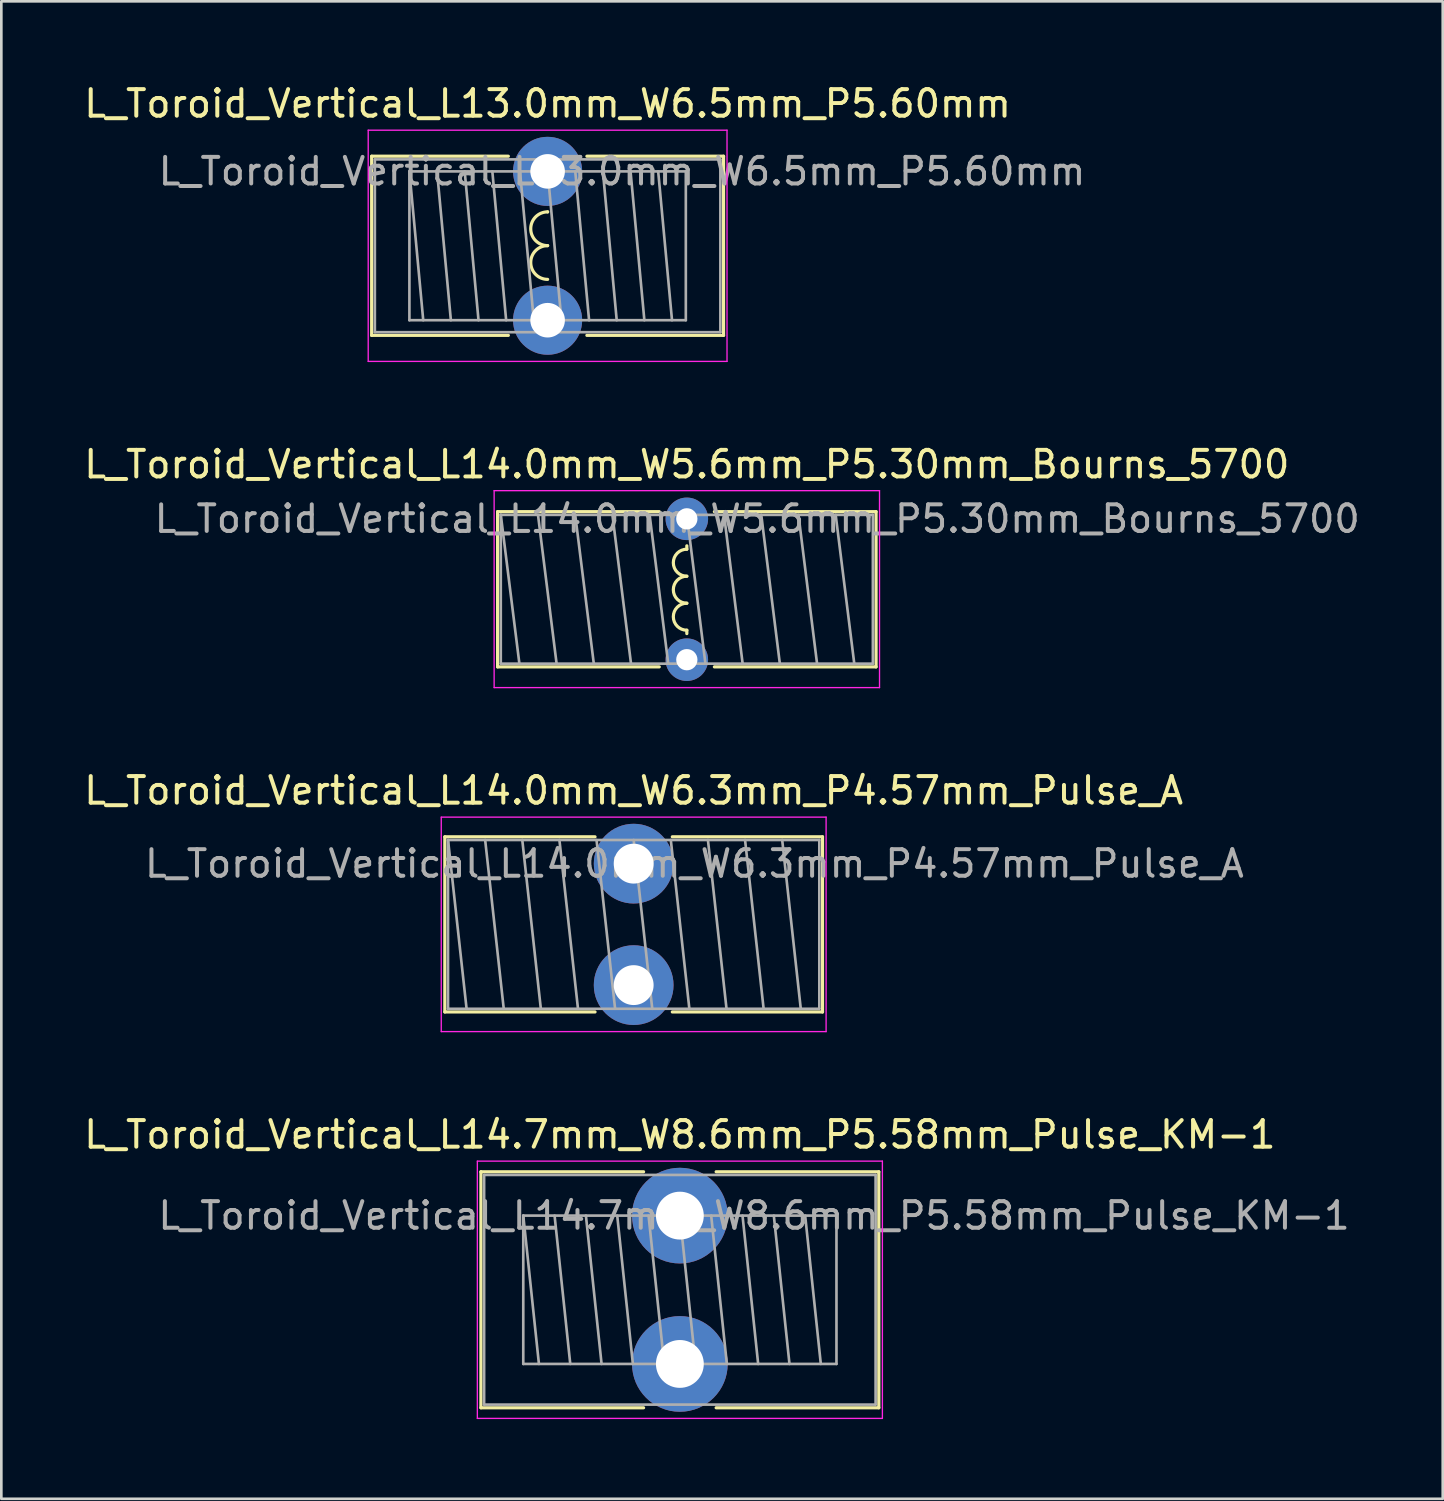
<source format=kicad_pcb>
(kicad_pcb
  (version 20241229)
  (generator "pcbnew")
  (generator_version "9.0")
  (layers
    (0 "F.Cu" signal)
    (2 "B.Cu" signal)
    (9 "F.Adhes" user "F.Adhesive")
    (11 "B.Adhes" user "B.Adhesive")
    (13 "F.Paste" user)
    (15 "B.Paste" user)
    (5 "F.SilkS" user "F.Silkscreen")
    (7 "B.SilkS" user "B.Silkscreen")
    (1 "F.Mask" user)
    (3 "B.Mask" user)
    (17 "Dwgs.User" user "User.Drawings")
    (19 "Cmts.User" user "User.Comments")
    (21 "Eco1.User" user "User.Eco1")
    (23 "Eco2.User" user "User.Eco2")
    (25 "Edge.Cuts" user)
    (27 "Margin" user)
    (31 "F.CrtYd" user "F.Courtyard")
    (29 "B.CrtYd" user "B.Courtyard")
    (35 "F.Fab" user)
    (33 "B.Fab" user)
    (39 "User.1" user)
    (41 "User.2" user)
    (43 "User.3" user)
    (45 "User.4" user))
  (footprint "L_Toroid_Vertical_L13.0mm_W6.5mm_P5.60mm"
    (layer "F.Cu")
    (at 17.554 3.398)
    (property "Reference" "L_Toroid_Vertical_L13.0mm_W6.5mm_P5.60mm" (at 0 -2.55 0) (layer "F.SilkS") (effects (font (size 1 1) (thickness 0.15))))
    (attr through_hole)
    (fp_line (start -6.62 -0.57) (end -6.62 6.17) (stroke (width 0.12) (type solid)) (layer "F.SilkS"))
    (fp_line (start -6.62 -0.57) (end -1.478 -0.57) (stroke (width 0.12) (type solid)) (layer "F.SilkS"))
    (fp_line (start -6.62 6.17) (end -1.478 6.17) (stroke (width 0.12) (type solid)) (layer "F.SilkS"))
    (fp_line (start 0 1.524) (end 0 1.524) (stroke (width 0.12) (type solid)) (layer "F.SilkS"))
    (fp_line (start 1.478 -0.57) (end 6.62 -0.57) (stroke (width 0.12) (type solid)) (layer "F.SilkS"))
    (fp_line (start 1.478 6.17) (end 6.62 6.17) (stroke (width 0.12) (type solid)) (layer "F.SilkS"))
    (fp_line (start 6.62 -0.57) (end 6.62 6.17) (stroke (width 0.12) (type solid)) (layer "F.SilkS"))
    (fp_arc (start 0 2.794) (mid -0.635 2.159) (end 0 1.524) (stroke (width 0.12) (type solid)) (layer "F.SilkS"))
    (fp_arc (start 0 4.064) (mid -0.635 3.429) (end 0 2.794) (stroke (width 0.12) (type solid)) (layer "F.SilkS"))
    (fp_line (start -6.75 -1.55) (end -6.75 7.15) (stroke (width 0.05) (type solid)) (layer "F.CrtYd"))
    (fp_line (start -6.75 7.15) (end 6.75 7.15) (stroke (width 0.05) (type solid)) (layer "F.CrtYd"))
    (fp_line (start 6.75 -1.55) (end -6.75 -1.55) (stroke (width 0.05) (type solid)) (layer "F.CrtYd"))
    (fp_line (start 6.75 7.15) (end 6.75 -1.55) (stroke (width 0.05) (type solid)) (layer "F.CrtYd"))
    (fp_line (start -6.5 -0.45) (end -6.5 6.05) (stroke (width 0.1) (type solid)) (layer "F.Fab"))
    (fp_line (start -6.5 6.05) (end 6.5 6.05) (stroke (width 0.1) (type solid)) (layer "F.Fab"))
    (fp_line (start -5.2 0) (end -5.2 5.6) (stroke (width 0.1) (type solid)) (layer "F.Fab"))
    (fp_line (start -5.2 0) (end -4.68 5.6) (stroke (width 0.1) (type solid)) (layer "F.Fab"))
    (fp_line (start -5.2 5.6) (end 5.2 5.6) (stroke (width 0.1) (type solid)) (layer "F.Fab"))
    (fp_line (start -4.16 0) (end -3.64 5.6) (stroke (width 0.1) (type solid)) (layer "F.Fab"))
    (fp_line (start -3.12 0) (end -2.6 5.6) (stroke (width 0.1) (type solid)) (layer "F.Fab"))
    (fp_line (start -2.08 0) (end -1.56 5.6) (stroke (width 0.1) (type solid)) (layer "F.Fab"))
    (fp_line (start -1.04 0) (end -0.52 5.6) (stroke (width 0.1) (type solid)) (layer "F.Fab"))
    (fp_line (start 0 0) (end 0.52 5.6) (stroke (width 0.1) (type solid)) (layer "F.Fab"))
    (fp_line (start 1.04 0) (end 1.56 5.6) (stroke (width 0.1) (type solid)) (layer "F.Fab"))
    (fp_line (start 2.08 0) (end 2.6 5.6) (stroke (width 0.1) (type solid)) (layer "F.Fab"))
    (fp_line (start 3.12 0) (end 3.64 5.6) (stroke (width 0.1) (type solid)) (layer "F.Fab"))
    (fp_line (start 4.16 0) (end 4.68 5.6) (stroke (width 0.1) (type solid)) (layer "F.Fab"))
    (fp_line (start 5.2 0) (end -5.2 0) (stroke (width 0.1) (type solid)) (layer "F.Fab"))
    (fp_line (start 5.2 5.6) (end 5.2 0) (stroke (width 0.1) (type solid)) (layer "F.Fab"))
    (fp_line (start 6.5 -0.45) (end -6.5 -0.45) (stroke (width 0.1) (type solid)) (layer "F.Fab"))
    (fp_line (start 6.5 6.05) (end 6.5 -0.45) (stroke (width 0.1) (type solid)) (layer "F.Fab"))
    (fp_text user "${REFERENCE}" (at 2.8 0 0) (layer "F.Fab") (effects (font (size 1 1) (thickness 0.15))))
    (pad "1" thru_hole circle (at 0 0) (size 2.6 2.6) (drill 1.3) (layers "*.Cu" "*.Mask"))
    (pad "2" thru_hole circle (at 0 5.6) (size 2.6 2.6) (drill 1.3) (layers "*.Cu" "*.Mask")))
  (footprint "L_Toroid_Vertical_L14.7mm_W8.6mm_P5.58mm_Pulse_KM-1"
    (layer "F.Cu")
    (at 22.53 42.688)
    (property "Reference" "L_Toroid_Vertical_L14.7mm_W8.6mm_P5.58mm_Pulse_KM-1" (at 0 -3.05 0) (layer "F.SilkS") (effects (font (size 1 1) (thickness 0.15))))
    (attr through_hole)
    (fp_line (start -7.485 -1.65) (end -7.485 7.23) (stroke (width 0.12) (type solid)) (layer "F.SilkS"))
    (fp_line (start -7.485 -1.65) (end -1.365 -1.65) (stroke (width 0.12) (type solid)) (layer "F.SilkS"))
    (fp_line (start -7.485 7.23) (end -1.365 7.23) (stroke (width 0.12) (type solid)) (layer "F.SilkS"))
    (fp_line (start 1.365 -1.65) (end 7.485 -1.65) (stroke (width 0.12) (type solid)) (layer "F.SilkS"))
    (fp_line (start 1.365 7.23) (end 7.485 7.23) (stroke (width 0.12) (type solid)) (layer "F.SilkS"))
    (fp_line (start 7.485 -1.65) (end 7.485 7.23) (stroke (width 0.12) (type solid)) (layer "F.SilkS"))
    (fp_line (start -7.62 -2.05) (end -7.62 7.63) (stroke (width 0.05) (type solid)) (layer "F.CrtYd"))
    (fp_line (start -7.62 7.63) (end 7.62 7.63) (stroke (width 0.05) (type solid)) (layer "F.CrtYd"))
    (fp_line (start 7.62 -2.05) (end -7.62 -2.05) (stroke (width 0.05) (type solid)) (layer "F.CrtYd"))
    (fp_line (start 7.62 7.63) (end 7.62 -2.05) (stroke (width 0.05) (type solid)) (layer "F.CrtYd"))
    (fp_line (start -7.365 -1.53) (end -7.365 7.11) (stroke (width 0.1) (type solid)) (layer "F.Fab"))
    (fp_line (start -7.365 7.11) (end 7.365 7.11) (stroke (width 0.1) (type solid)) (layer "F.Fab"))
    (fp_line (start -5.892 0) (end -5.892 5.58) (stroke (width 0.1) (type solid)) (layer "F.Fab"))
    (fp_line (start -5.892 0) (end -5.303 5.58) (stroke (width 0.1) (type solid)) (layer "F.Fab"))
    (fp_line (start -5.892 5.58) (end 5.892 5.58) (stroke (width 0.1) (type solid)) (layer "F.Fab"))
    (fp_line (start -4.714 0) (end -4.124 5.58) (stroke (width 0.1) (type solid)) (layer "F.Fab"))
    (fp_line (start -3.535 0) (end -2.946 5.58) (stroke (width 0.1) (type solid)) (layer "F.Fab"))
    (fp_line (start -2.357 0) (end -1.768 5.58) (stroke (width 0.1) (type solid)) (layer "F.Fab"))
    (fp_line (start -1.178 0) (end -0.589 5.58) (stroke (width 0.1) (type solid)) (layer "F.Fab"))
    (fp_line (start 0 0) (end 0.589 5.58) (stroke (width 0.1) (type solid)) (layer "F.Fab"))
    (fp_line (start 1.178 0) (end 1.768 5.58) (stroke (width 0.1) (type solid)) (layer "F.Fab"))
    (fp_line (start 2.357 0) (end 2.946 5.58) (stroke (width 0.1) (type solid)) (layer "F.Fab"))
    (fp_line (start 3.535 0) (end 4.124 5.58) (stroke (width 0.1) (type solid)) (layer "F.Fab"))
    (fp_line (start 4.714 0) (end 5.303 5.58) (stroke (width 0.1) (type solid)) (layer "F.Fab"))
    (fp_line (start 5.892 0) (end -5.892 0) (stroke (width 0.1) (type solid)) (layer "F.Fab"))
    (fp_line (start 5.892 5.58) (end 5.892 0) (stroke (width 0.1) (type solid)) (layer "F.Fab"))
    (fp_line (start 7.365 -1.53) (end -7.365 -1.53) (stroke (width 0.1) (type solid)) (layer "F.Fab"))
    (fp_line (start 7.365 7.11) (end 7.365 -1.53) (stroke (width 0.1) (type solid)) (layer "F.Fab"))
    (fp_text user "${REFERENCE}" (at 2.79 0 0) (layer "F.Fab") (effects (font (size 1 1) (thickness 0.15))))
    (pad "1" thru_hole circle (at 0 0) (size 3.6 3.6) (drill 1.8) (layers "*.Cu" "*.Mask"))
    (pad "2" thru_hole circle (at 0 5.58) (size 3.6 3.6) (drill 1.8) (layers "*.Cu" "*.Mask")))
  (footprint "L_Toroid_Vertical_L14.0mm_W5.6mm_P5.30mm_Bourns_5700"
    (layer "F.Cu")
    (at 22.792 16.471)
    (property "Reference" "L_Toroid_Vertical_L14.0mm_W5.6mm_P5.30mm_Bourns_5700" (at 0 -2.05 0) (layer "F.SilkS") (effects (font (size 1 1) (thickness 0.15))))
    (attr through_hole)
    (fp_line (start -7.12 -0.27) (end -7.12 5.57) (stroke (width 0.12) (type solid)) (layer "F.SilkS"))
    (fp_line (start -7.12 -0.27) (end -1.037 -0.27) (stroke (width 0.12) (type solid)) (layer "F.SilkS"))
    (fp_line (start -7.12 5.57) (end -1.037 5.57) (stroke (width 0.12) (type solid)) (layer "F.SilkS"))
    (fp_line (start 0 1.143) (end 0 1.016) (stroke (width 0.12) (type solid)) (layer "F.SilkS"))
    (fp_line (start 0 4.191) (end 0 4.318) (stroke (width 0.12) (type solid)) (layer "F.SilkS"))
    (fp_line (start 1.037 -0.27) (end 7.12 -0.27) (stroke (width 0.12) (type solid)) (layer "F.SilkS"))
    (fp_line (start 1.037 5.57) (end 7.12 5.57) (stroke (width 0.12) (type solid)) (layer "F.SilkS"))
    (fp_line (start 7.12 -0.27) (end 7.12 5.57) (stroke (width 0.12) (type solid)) (layer "F.SilkS"))
    (fp_arc (start 0 2.159) (mid -0.508 1.651) (end 0 1.143) (stroke (width 0.12) (type solid)) (layer "F.SilkS"))
    (fp_arc (start 0 3.175) (mid -0.508 2.667) (end 0 2.159) (stroke (width 0.12) (type solid)) (layer "F.SilkS"))
    (fp_arc (start 0 4.191) (mid -0.508 3.683) (end 0 3.175) (stroke (width 0.12) (type solid)) (layer "F.SilkS"))
    (fp_line (start -7.25 -1.06) (end -7.25 6.35) (stroke (width 0.05) (type solid)) (layer "F.CrtYd"))
    (fp_line (start -7.25 6.35) (end 7.25 6.35) (stroke (width 0.05) (type solid)) (layer "F.CrtYd"))
    (fp_line (start 7.25 -1.06) (end -7.25 -1.06) (stroke (width 0.05) (type solid)) (layer "F.CrtYd"))
    (fp_line (start 7.25 6.35) (end 7.25 -1.06) (stroke (width 0.05) (type solid)) (layer "F.CrtYd"))
    (fp_line (start -7 -0.15) (end -7 5.45) (stroke (width 0.1) (type solid)) (layer "F.Fab"))
    (fp_line (start -7 -0.15) (end -6.3 5.45) (stroke (width 0.1) (type solid)) (layer "F.Fab"))
    (fp_line (start -7 5.45) (end 7 5.45) (stroke (width 0.1) (type solid)) (layer "F.Fab"))
    (fp_line (start -5.6 -0.15) (end -4.9 5.45) (stroke (width 0.1) (type solid)) (layer "F.Fab"))
    (fp_line (start -4.2 -0.15) (end -3.5 5.45) (stroke (width 0.1) (type solid)) (layer "F.Fab"))
    (fp_line (start -2.8 -0.15) (end -2.1 5.45) (stroke (width 0.1) (type solid)) (layer "F.Fab"))
    (fp_line (start -1.4 -0.15) (end -0.7 5.45) (stroke (width 0.1) (type solid)) (layer "F.Fab"))
    (fp_line (start 0 -0.15) (end 0.7 5.45) (stroke (width 0.1) (type solid)) (layer "F.Fab"))
    (fp_line (start 1.4 -0.15) (end 2.1 5.45) (stroke (width 0.1) (type solid)) (layer "F.Fab"))
    (fp_line (start 2.8 -0.15) (end 3.5 5.45) (stroke (width 0.1) (type solid)) (layer "F.Fab"))
    (fp_line (start 4.2 -0.15) (end 4.9 5.45) (stroke (width 0.1) (type solid)) (layer "F.Fab"))
    (fp_line (start 5.6 -0.15) (end 6.3 5.45) (stroke (width 0.1) (type solid)) (layer "F.Fab"))
    (fp_line (start 7 -0.15) (end -7 -0.15) (stroke (width 0.1) (type solid)) (layer "F.Fab"))
    (fp_line (start 7 5.45) (end 7 -0.15) (stroke (width 0.1) (type solid)) (layer "F.Fab"))
    (fp_text user "${REFERENCE}" (at 2.65 0 0) (layer "F.Fab") (effects (font (size 1 1) (thickness 0.15))))
    (pad "1" thru_hole circle (at 0 0) (size 1.6 1.6) (drill 0.8) (layers "*.Cu" "*.Mask"))
    (pad "2" thru_hole circle (at 0 5.3) (size 1.6 1.6) (drill 0.8) (layers "*.Cu" "*.Mask")))
  (footprint "L_Toroid_Vertical_L14.0mm_W6.3mm_P4.57mm_Pulse_A"
    (layer "F.Cu")
    (at 20.792 29.445)
    (property "Reference" "L_Toroid_Vertical_L14.0mm_W6.3mm_P4.57mm_Pulse_A" (at 0 -2.75 0) (layer "F.SilkS") (effects (font (size 1 1) (thickness 0.15))))
    (attr through_hole)
    (fp_line (start -7.105 -1.01) (end -7.105 5.58) (stroke (width 0.12) (type solid)) (layer "F.SilkS"))
    (fp_line (start -7.105 -1.01) (end -1.454 -1.01) (stroke (width 0.12) (type solid)) (layer "F.SilkS"))
    (fp_line (start -7.105 5.58) (end -1.454 5.58) (stroke (width 0.12) (type solid)) (layer "F.SilkS"))
    (fp_line (start 1.454 -1.01) (end 7.105 -1.01) (stroke (width 0.12) (type solid)) (layer "F.SilkS"))
    (fp_line (start 1.454 5.58) (end 7.105 5.58) (stroke (width 0.12) (type solid)) (layer "F.SilkS"))
    (fp_line (start 7.105 -1.01) (end 7.105 5.58) (stroke (width 0.12) (type solid)) (layer "F.SilkS"))
    (fp_line (start -7.24 -1.75) (end -7.24 6.32) (stroke (width 0.05) (type solid)) (layer "F.CrtYd"))
    (fp_line (start -7.24 6.32) (end 7.24 6.32) (stroke (width 0.05) (type solid)) (layer "F.CrtYd"))
    (fp_line (start 7.24 -1.75) (end -7.24 -1.75) (stroke (width 0.05) (type solid)) (layer "F.CrtYd"))
    (fp_line (start 7.24 6.32) (end 7.24 -1.75) (stroke (width 0.05) (type solid)) (layer "F.CrtYd"))
    (fp_line (start -6.985 -0.89) (end -6.985 5.46) (stroke (width 0.1) (type solid)) (layer "F.Fab"))
    (fp_line (start -6.985 -0.89) (end -6.287 5.46) (stroke (width 0.1) (type solid)) (layer "F.Fab"))
    (fp_line (start -6.985 5.46) (end 6.985 5.46) (stroke (width 0.1) (type solid)) (layer "F.Fab"))
    (fp_line (start -5.588 -0.89) (end -4.889 5.46) (stroke (width 0.1) (type solid)) (layer "F.Fab"))
    (fp_line (start -4.191 -0.89) (end -3.493 5.46) (stroke (width 0.1) (type solid)) (layer "F.Fab"))
    (fp_line (start -2.794 -0.89) (end -2.095 5.46) (stroke (width 0.1) (type solid)) (layer "F.Fab"))
    (fp_line (start -1.397 -0.89) (end -0.699 5.46) (stroke (width 0.1) (type solid)) (layer "F.Fab"))
    (fp_line (start 0 -0.89) (end 0.699 5.46) (stroke (width 0.1) (type solid)) (layer "F.Fab"))
    (fp_line (start 1.397 -0.89) (end 2.095 5.46) (stroke (width 0.1) (type solid)) (layer "F.Fab"))
    (fp_line (start 2.794 -0.89) (end 3.493 5.46) (stroke (width 0.1) (type solid)) (layer "F.Fab"))
    (fp_line (start 4.191 -0.89) (end 4.889 5.46) (stroke (width 0.1) (type solid)) (layer "F.Fab"))
    (fp_line (start 5.588 -0.89) (end 6.287 5.46) (stroke (width 0.1) (type solid)) (layer "F.Fab"))
    (fp_line (start 6.985 -0.89) (end -6.985 -0.89) (stroke (width 0.1) (type solid)) (layer "F.Fab"))
    (fp_line (start 6.985 5.46) (end 6.985 -0.89) (stroke (width 0.1) (type solid)) (layer "F.Fab"))
    (fp_text user "${REFERENCE}" (at 2.285 0 0) (layer "F.Fab") (effects (font (size 1 1) (thickness 0.15))))
    (pad "1" thru_hole circle (at 0 0) (size 3 3) (drill 1.5) (layers "*.Cu" "*.Mask"))
    (pad "2" thru_hole circle (at 0 4.57) (size 3 3) (drill 1.5) (layers "*.Cu" "*.Mask")))
  (gr_rect
    (start -3 -3)
    (end 51.233 53.343)
    (stroke (width 0.1) (type default))
    (fill no)
    (layer "Edge.Cuts")))
</source>
